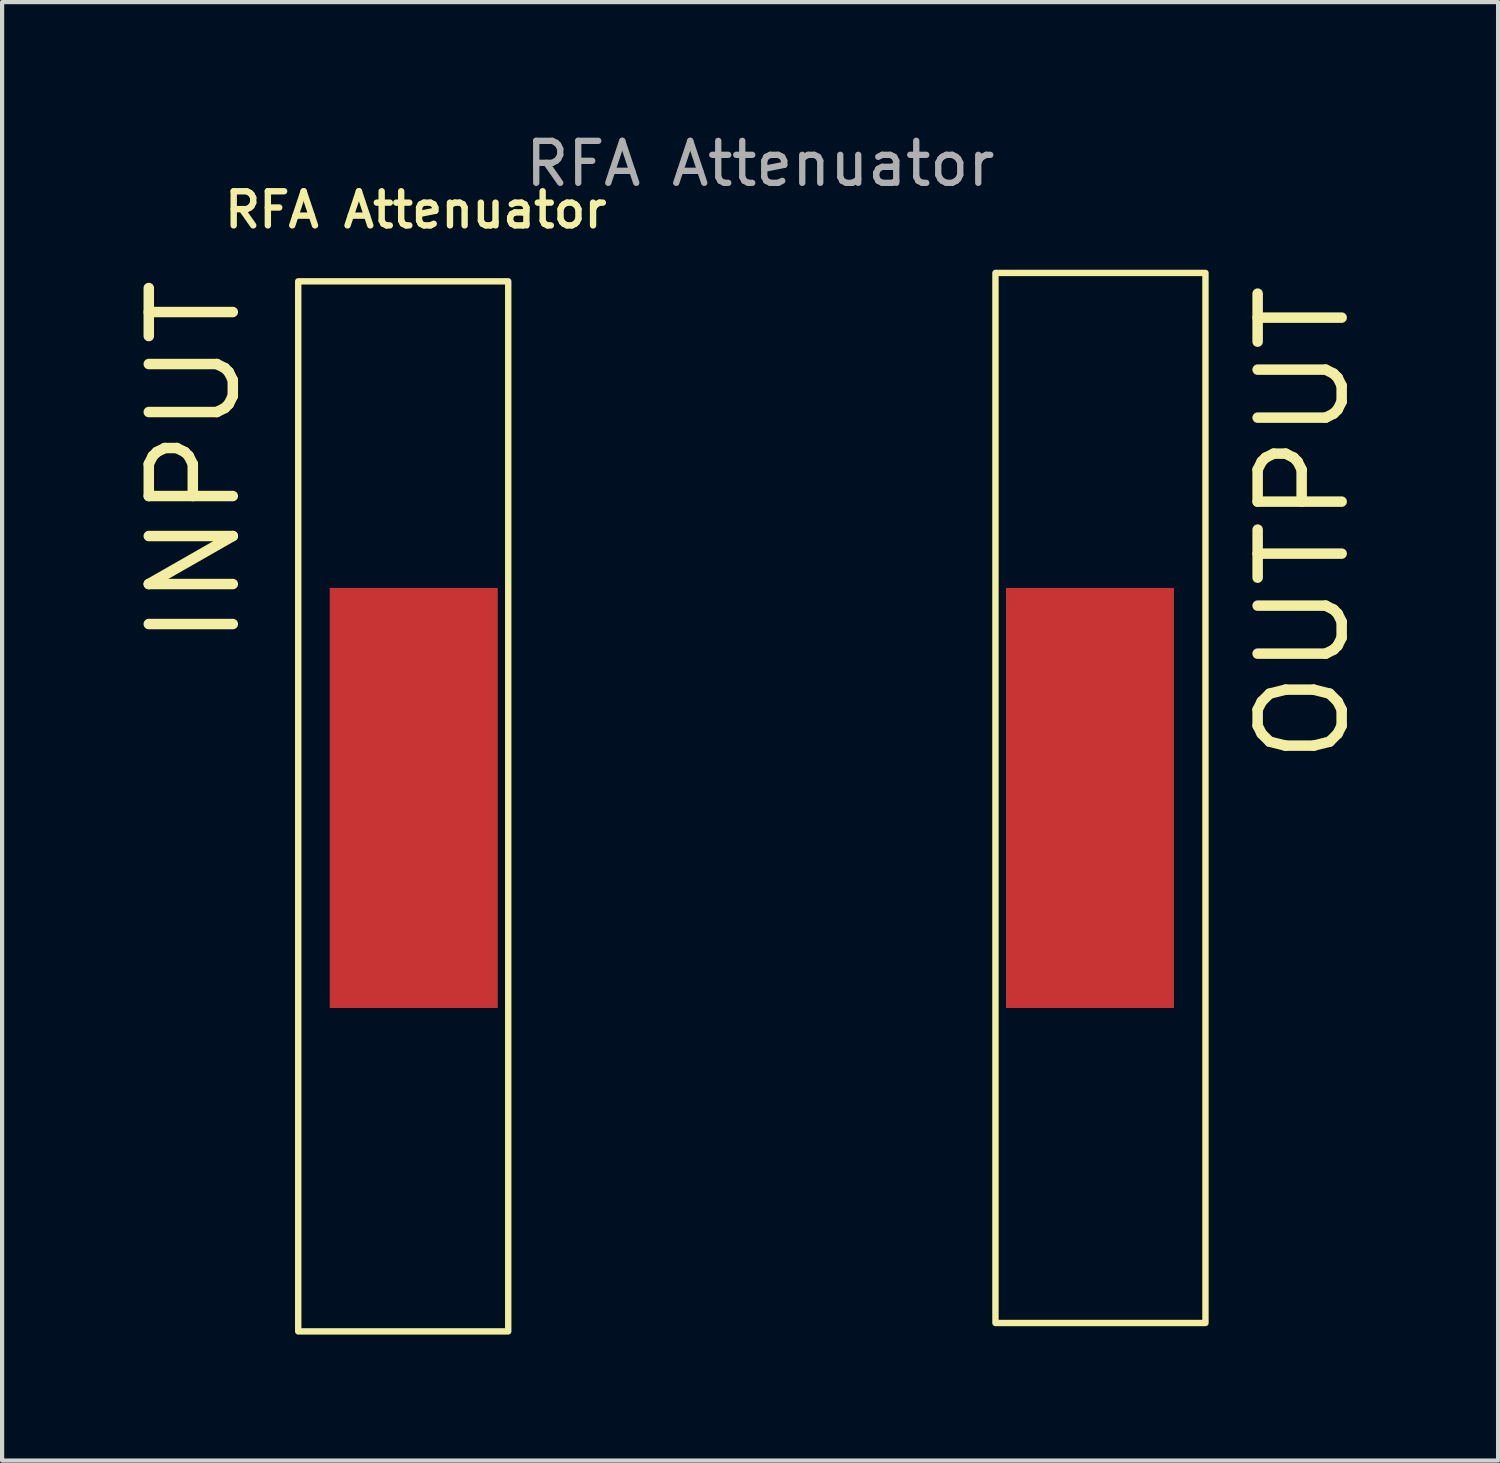
<source format=kicad_pcb>
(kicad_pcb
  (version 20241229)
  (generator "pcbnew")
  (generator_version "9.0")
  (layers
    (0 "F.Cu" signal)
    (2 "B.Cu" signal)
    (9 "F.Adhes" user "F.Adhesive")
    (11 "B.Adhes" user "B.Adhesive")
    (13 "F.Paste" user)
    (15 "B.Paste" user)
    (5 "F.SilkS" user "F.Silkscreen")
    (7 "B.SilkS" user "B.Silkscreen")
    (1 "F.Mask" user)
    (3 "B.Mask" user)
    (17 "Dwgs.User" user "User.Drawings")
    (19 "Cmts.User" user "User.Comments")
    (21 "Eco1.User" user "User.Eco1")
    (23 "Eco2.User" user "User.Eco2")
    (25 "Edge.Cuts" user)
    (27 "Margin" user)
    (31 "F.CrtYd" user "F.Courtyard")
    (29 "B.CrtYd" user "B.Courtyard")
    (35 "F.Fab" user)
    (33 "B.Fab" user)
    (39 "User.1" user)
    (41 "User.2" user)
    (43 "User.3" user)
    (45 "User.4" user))
  (footprint "RFA Attenuator"
    (layer "F.Cu")
    (at 14.85 15.948)
    (property "Reference" "RFA Attenuator" (at -8 -14 0) (unlocked yes) (layer "F.SilkS") (effects (font (size 0.813 0.813) (thickness 0.152))))
    (attr smd)
    (fp_rect (start -10.8 -12.3) (end -5.8 12.7) (stroke (width 0.152) (type solid)) (fill no) (layer "F.SilkS"))
    (fp_rect (start 5.8 -12.5) (end 10.8 12.5) (stroke (width 0.152) (type solid)) (fill no) (layer "F.SilkS"))
    (fp_text user "INPUT" (at -12.1 -3.5 90) (unlocked yes) (layer "F.SilkS") (effects (font (size 2 2) (thickness 0.25)) (justify left bottom)))
    (fp_text user "OUTPUT" (at 14.3 -0.7 90) (unlocked yes) (layer "F.SilkS") (effects (font (size 2 2) (thickness 0.25)) (justify left bottom)))
    (fp_text user "${REFERENCE}" (at 0.2 -15.1 0) (unlocked yes) (layer "F.Fab") (effects (font (size 1 1) (thickness 0.15))))
    (pad "1" smd rect (at -8.05 0) (size 4 10) (layers "F.Cu" "F.Mask" "F.Paste"))
    (pad "2" smd rect (at 8.05 0) (size 4 10) (layers "F.Cu" "F.Mask" "F.Paste")))
  (gr_rect
    (start -3 -3)
    (end 32.617 31.724)
    (stroke (width 0.1) (type default))
    (fill no)
    (layer "Edge.Cuts")))
</source>
